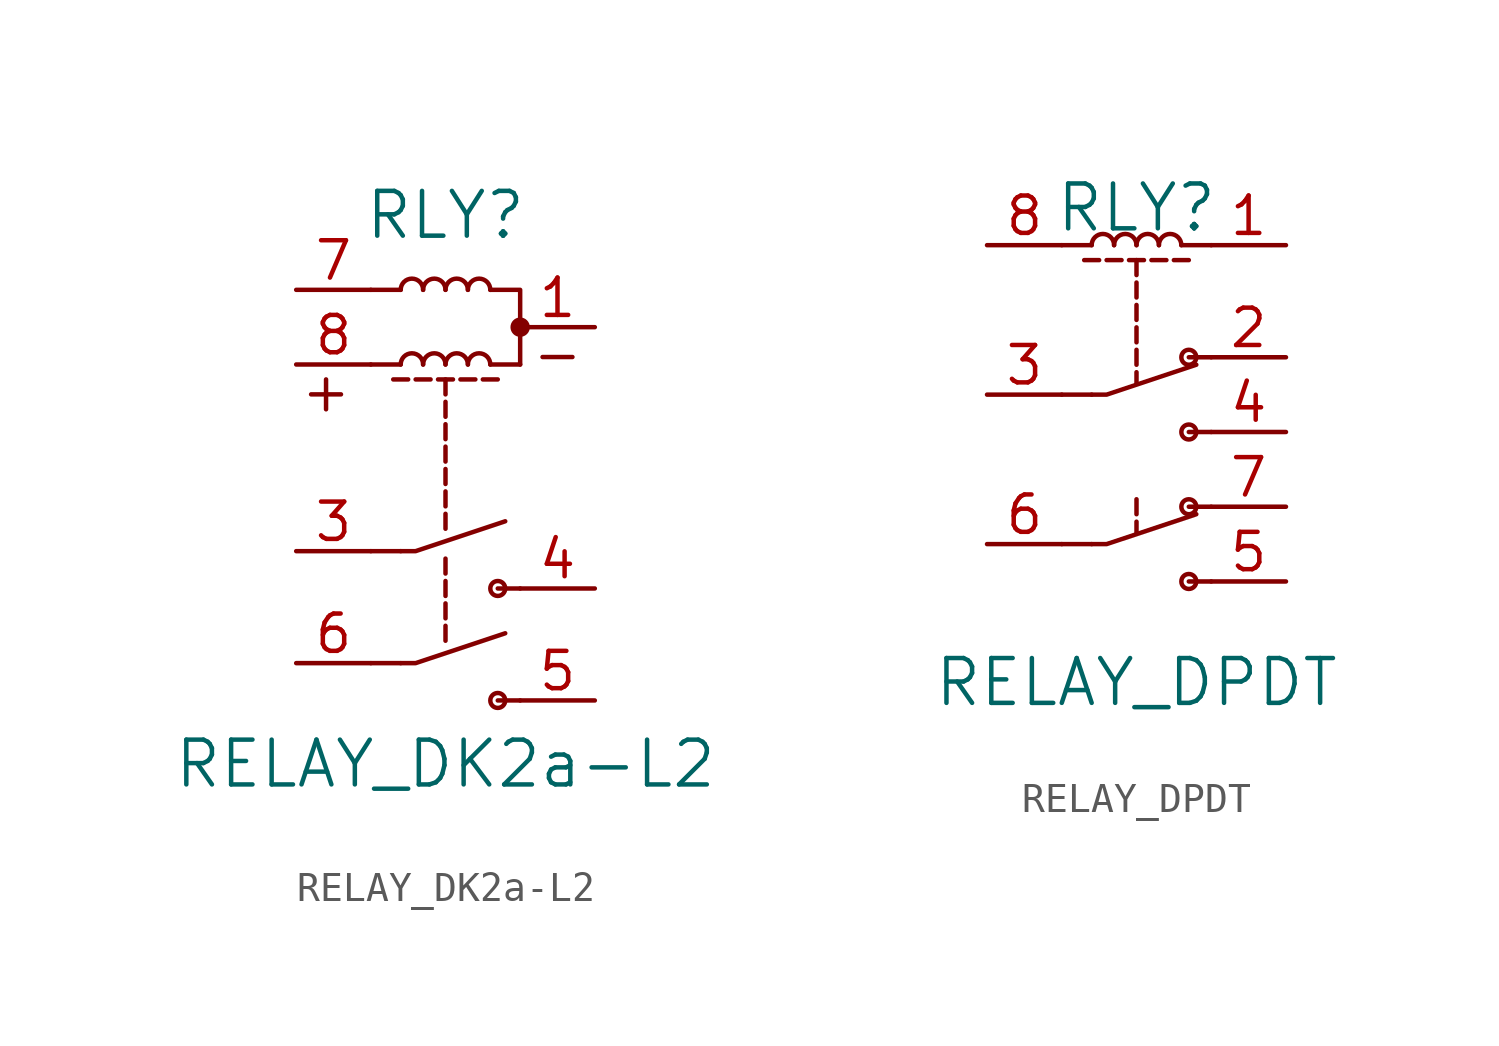
<source format=kicad_sym>
(kicad_symbol_lib
  (version 20220914)
  (generator kicad_symbol_editor)
  (symbol "RELAY_DK2a-L2"
    (pin_names
      (offset 1.016))
    (property "Reference" "RLY"
      (at 0 8.89 0)
      (effects (font (size 1.524 1.524))))
    (property "Value" "RELAY_DK2a-L2"
      (at 0 -9.779 0)
      (effects (font (size 1.524 1.524))))
    (property "Footprint" ""
      (at 0 0 0)
      (effects (font (size 1.524 1.524))))
    (property "Datasheet" ""
      (at 0 0 0)
      (effects (font (size 1.524 1.524))))
    (symbol "RELAY_DK2a-L2_0_1"
      (arc (start -0.762 3.81) (mid -1.143 4.1894) (end -1.524 3.81) (stroke (width 0) (type solid)) (fill (type none)))
      (arc (start -0.762 6.35) (mid -1.143 6.7294) (end -1.524 6.35) (stroke (width 0) (type solid)) (fill (type none)))
      (polyline (pts (xy -4.572 2.794) (xy -3.556 2.794)) (stroke (width 0) (type solid)) (fill (type none)))
      (polyline (pts (xy -4.064 3.302) (xy -4.064 2.286)) (stroke (width 0) (type solid)) (fill (type none)))
      (polyline (pts (xy -2.54 6.35) (xy -1.524 6.35)) (stroke (width 0) (type solid)) (fill (type none)))
      (polyline (pts (xy 3.302 4.064) (xy 4.318 4.064)) (stroke (width 0) (type solid)) (fill (type none)))
      (polyline (pts (xy -1.778 3.302) (xy -1.27 3.302) (xy -1.27 3.302)) (stroke (width 0) (type solid)) (fill (type none)))
      (polyline (pts (xy -1.524 -6.35) (xy -2.54 -6.35) (xy -2.54 -6.35)) (stroke (width 0) (type solid)) (fill (type none)))
      (polyline (pts (xy -1.524 -2.54) (xy -2.54 -2.54) (xy -2.54 -2.54)) (stroke (width 0) (type solid)) (fill (type none)))
      (polyline (pts (xy -1.524 3.81) (xy -2.54 3.81) (xy -2.54 3.81)) (stroke (width 0) (type solid)) (fill (type none)))
      (polyline (pts (xy -1.016 3.302) (xy -0.508 3.302) (xy -0.508 3.302)) (stroke (width 0) (type solid)) (fill (type none)))
      (polyline (pts (xy -0.254 3.302) (xy 0.254 3.302) (xy 0.254 3.302)) (stroke (width 0) (type solid)) (fill (type none)))
      (polyline (pts (xy 0 -5.08) (xy 0 -5.588) (xy 0 -5.588)) (stroke (width 0) (type solid)) (fill (type none)))
      (polyline (pts (xy 0 -4.318) (xy 0 -4.826) (xy 0 -4.826)) (stroke (width 0) (type solid)) (fill (type none)))
      (polyline (pts (xy 0 -3.556) (xy 0 -4.064) (xy 0 -4.064)) (stroke (width 0) (type solid)) (fill (type none)))
      (polyline (pts (xy 0 -2.794) (xy 0 -3.302) (xy 0 -3.302)) (stroke (width 0) (type solid)) (fill (type none)))
      (polyline (pts (xy 0 -1.27) (xy 0 -1.778) (xy 0 -1.778)) (stroke (width 0) (type solid)) (fill (type none)))
      (polyline (pts (xy 0 -0.508) (xy 0 -1.016) (xy 0 -1.016)) (stroke (width 0) (type solid)) (fill (type none)))
      (polyline (pts (xy 0 0.254) (xy 0 -0.254) (xy 0 -0.254)) (stroke (width 0) (type solid)) (fill (type none)))
      (polyline (pts (xy 0 1.016) (xy 0 0.508) (xy 0 0.508)) (stroke (width 0) (type solid)) (fill (type none)))
      (polyline (pts (xy 0 1.778) (xy 0 1.27) (xy 0 1.27)) (stroke (width 0) (type solid)) (fill (type none)))
      (polyline (pts (xy 0 2.54) (xy 0 2.032) (xy 0 2.032)) (stroke (width 0) (type solid)) (fill (type none)))
      (polyline (pts (xy 0 3.302) (xy 0 2.794) (xy 0 2.794)) (stroke (width 0) (type solid)) (fill (type none)))
      (polyline (pts (xy 0.508 3.302) (xy 1.016 3.302) (xy 1.016 3.302)) (stroke (width 0) (type solid)) (fill (type none)))
      (polyline (pts (xy 1.27 3.302) (xy 1.778 3.302) (xy 1.778 3.302)) (stroke (width 0) (type solid)) (fill (type none)))
      (polyline (pts (xy 1.524 3.81) (xy 2.54 3.81) (xy 2.54 3.81)) (stroke (width 0) (type solid)) (fill (type none)))
      (polyline (pts (xy 2.54 -7.62) (xy 1.778 -7.62) (xy 1.778 -7.62)) (stroke (width 0) (type solid)) (fill (type none)))
      (polyline (pts (xy 2.54 -3.81) (xy 1.778 -3.81) (xy 1.778 -3.81)) (stroke (width 0) (type solid)) (fill (type none)))
      (polyline (pts (xy 2.54 3.81) (xy 2.54 6.35) (xy 1.524 6.35)) (stroke (width 0) (type solid)) (fill (type none)))
      (polyline (pts (xy -1.524 -6.35) (xy -1.016 -6.35) (xy 2.032 -5.334) (xy 2.032 -5.334)) (stroke (width 0) (type solid)) (fill (type none)))
      (polyline (pts (xy -1.524 -2.54) (xy -1.016 -2.54) (xy 2.032 -1.524) (xy 2.032 -1.524)) (stroke (width 0) (type solid)) (fill (type none)))
      (arc (start 0 3.81) (mid -0.381 4.1894) (end -0.762 3.81) (stroke (width 0) (type solid)) (fill (type none)))
      (arc (start 0 6.35) (mid -0.381 6.7294) (end -0.762 6.35) (stroke (width 0) (type solid)) (fill (type none)))
      (arc (start 0.762 3.81) (mid 0.381 4.1894) (end 0 3.81) (stroke (width 0) (type solid)) (fill (type none)))
      (arc (start 0.762 6.35) (mid 0.381 6.7294) (end 0 6.35) (stroke (width 0) (type solid)) (fill (type none)))
      (arc (start 1.524 3.81) (mid 1.143 4.1894) (end 0.762 3.81) (stroke (width 0) (type solid)) (fill (type none)))
      (arc (start 1.524 6.35) (mid 1.143 6.7294) (end 0.762 6.35) (stroke (width 0) (type solid)) (fill (type none)))
      (circle (center 1.778 -7.62) (radius 0.254) (stroke (width 0) (type solid)) (fill (type none)))
      (circle (center 1.778 -3.81) (radius 0.254) (stroke (width 0) (type solid)) (fill (type none)))
      (circle (center 2.54 5.08) (radius 0.254) (stroke (width 0) (type solid)) (fill (type outline))))
    (symbol "RELAY_DK2a-L2_1_1"
      (pin passive line (at 5.08 5.08 180) (length 2.54) (name "~" (effects (font (size 1.27 1.27)))) (number "1" (effects (font (size 1.27 1.27)))))
      (pin passive line (at -5.08 -2.54 0) (length 2.54) (name "~" (effects (font (size 1.27 1.27)))) (number "3" (effects (font (size 1.27 1.27)))))
      (pin passive line (at 5.08 -3.81 180) (length 2.54) (name "~" (effects (font (size 1.27 1.27)))) (number "4" (effects (font (size 1.27 1.27)))))
      (pin passive line (at 5.08 -7.62 180) (length 2.54) (name "~" (effects (font (size 1.27 1.27)))) (number "5" (effects (font (size 1.27 1.27)))))
      (pin passive line (at -5.08 -6.35 0) (length 2.54) (name "~" (effects (font (size 1.27 1.27)))) (number "6" (effects (font (size 1.27 1.27)))))
      (pin passive line (at -5.08 6.35 0) (length 2.54) (name "~" (effects (font (size 1.27 1.27)))) (number "7" (effects (font (size 1.27 1.27)))))
      (pin passive line (at -5.08 3.81 0) (length 2.54) (name "~" (effects (font (size 1.27 1.27)))) (number "8" (effects (font (size 1.27 1.27)))))))
  (symbol "RELAY_DPDT"
    (pin_names
      (offset 1.016))
    (property "Reference" "RLY"
      (at 0 6.35 0)
      (effects (font (size 1.524 1.524))))
    (property "Value" "RELAY_DPDT"
      (at 0 -9.779 0)
      (effects (font (size 1.524 1.524))))
    (property "Footprint" ""
      (at 0 0 0)
      (effects (font (size 1.524 1.524))))
    (property "Datasheet" ""
      (at 0 0 0)
      (effects (font (size 1.524 1.524))))
    (symbol "RELAY_DPDT_0_1"
      (arc (start -0.762 5.08) (mid -1.143 5.4594) (end -1.524 5.08) (stroke (width 0) (type solid)) (fill (type none)))
      (polyline (pts (xy -1.778 4.572) (xy -1.27 4.572) (xy -1.27 4.572)) (stroke (width 0) (type solid)) (fill (type none)))
      (polyline (pts (xy -1.524 -5.08) (xy -2.54 -5.08) (xy -2.54 -5.08)) (stroke (width 0) (type solid)) (fill (type none)))
      (polyline (pts (xy -1.524 0) (xy -2.54 0) (xy -2.54 0)) (stroke (width 0) (type solid)) (fill (type none)))
      (polyline (pts (xy -1.524 5.08) (xy -2.54 5.08) (xy -2.54 5.08)) (stroke (width 0) (type solid)) (fill (type none)))
      (polyline (pts (xy -1.016 4.572) (xy -0.508 4.572) (xy -0.508 4.572)) (stroke (width 0) (type solid)) (fill (type none)))
      (polyline (pts (xy -0.254 4.572) (xy 0.254 4.572) (xy 0.254 4.572)) (stroke (width 0) (type solid)) (fill (type none)))
      (polyline (pts (xy 0 -4.318) (xy 0 -4.699) (xy 0 -4.699)) (stroke (width 0) (type solid)) (fill (type none)))
      (polyline (pts (xy 0 -3.556) (xy 0 -4.064) (xy 0 -4.064)) (stroke (width 0) (type solid)) (fill (type none)))
      (polyline (pts (xy 0 0.762) (xy 0 0.381) (xy 0 0.381)) (stroke (width 0) (type solid)) (fill (type none)))
      (polyline (pts (xy 0 1.524) (xy 0 1.016) (xy 0 1.016)) (stroke (width 0) (type solid)) (fill (type none)))
      (polyline (pts (xy 0 2.286) (xy 0 1.778) (xy 0 1.778)) (stroke (width 0) (type solid)) (fill (type none)))
      (polyline (pts (xy 0 3.048) (xy 0 2.54) (xy 0 2.54)) (stroke (width 0) (type solid)) (fill (type none)))
      (polyline (pts (xy 0 3.81) (xy 0 3.302) (xy 0 3.302)) (stroke (width 0) (type solid)) (fill (type none)))
      (polyline (pts (xy 0 4.572) (xy 0 4.064) (xy 0 4.064)) (stroke (width 0) (type solid)) (fill (type none)))
      (polyline (pts (xy 0.508 4.572) (xy 1.016 4.572) (xy 1.016 4.572)) (stroke (width 0) (type solid)) (fill (type none)))
      (polyline (pts (xy 1.27 4.572) (xy 1.778 4.572) (xy 1.778 4.572)) (stroke (width 0) (type solid)) (fill (type none)))
      (polyline (pts (xy 1.524 5.08) (xy 2.54 5.08) (xy 2.54 5.08)) (stroke (width 0) (type solid)) (fill (type none)))
      (polyline (pts (xy 2.54 -6.35) (xy 1.778 -6.35) (xy 1.778 -6.35)) (stroke (width 0) (type solid)) (fill (type none)))
      (polyline (pts (xy 2.54 -3.81) (xy 1.778 -3.81) (xy 1.778 -3.81)) (stroke (width 0) (type solid)) (fill (type none)))
      (polyline (pts (xy 2.54 -1.27) (xy 1.778 -1.27) (xy 1.778 -1.27)) (stroke (width 0) (type solid)) (fill (type none)))
      (polyline (pts (xy 2.54 1.27) (xy 1.778 1.27) (xy 1.778 1.27)) (stroke (width 0) (type solid)) (fill (type none)))
      (polyline (pts (xy -1.524 -5.08) (xy -1.016 -5.08) (xy 2.032 -4.064) (xy 2.032 -4.064)) (stroke (width 0) (type solid)) (fill (type none)))
      (polyline (pts (xy -1.524 0) (xy -1.016 0) (xy 2.032 1.016) (xy 2.032 1.016)) (stroke (width 0) (type solid)) (fill (type none)))
      (arc (start 0 5.08) (mid -0.381 5.4594) (end -0.762 5.08) (stroke (width 0) (type solid)) (fill (type none)))
      (arc (start 0.762 5.08) (mid 0.381 5.4594) (end 0 5.08) (stroke (width 0) (type solid)) (fill (type none)))
      (arc (start 1.524 5.08) (mid 1.143 5.4594) (end 0.762 5.08) (stroke (width 0) (type solid)) (fill (type none)))
      (circle (center 1.778 -6.35) (radius 0.254) (stroke (width 0) (type solid)) (fill (type none)))
      (circle (center 1.778 -3.81) (radius 0.254) (stroke (width 0) (type solid)) (fill (type none)))
      (circle (center 1.778 -1.27) (radius 0.254) (stroke (width 0) (type solid)) (fill (type none)))
      (circle (center 1.778 1.27) (radius 0.254) (stroke (width 0) (type solid)) (fill (type none))))
    (symbol "RELAY_DPDT_1_1"
      (pin passive line (at 5.08 5.08 180) (length 2.54) (name "~" (effects (font (size 1.27 1.27)))) (number "1" (effects (font (size 1.27 1.27)))))
      (pin passive line (at 5.08 1.27 180) (length 2.54) (name "~" (effects (font (size 1.27 1.27)))) (number "2" (effects (font (size 1.27 1.27)))))
      (pin passive line (at -5.08 0 0) (length 2.54) (name "~" (effects (font (size 1.27 1.27)))) (number "3" (effects (font (size 1.27 1.27)))))
      (pin passive line (at 5.08 -1.27 180) (length 2.54) (name "~" (effects (font (size 1.27 1.27)))) (number "4" (effects (font (size 1.27 1.27)))))
      (pin passive line (at 5.08 -6.35 180) (length 2.54) (name "~" (effects (font (size 1.27 1.27)))) (number "5" (effects (font (size 1.27 1.27)))))
      (pin passive line (at -5.08 -5.08 0) (length 2.54) (name "~" (effects (font (size 1.27 1.27)))) (number "6" (effects (font (size 1.27 1.27)))))
      (pin passive line (at 5.08 -3.81 180) (length 2.54) (name "~" (effects (font (size 1.27 1.27)))) (number "7" (effects (font (size 1.27 1.27)))))
      (pin passive line (at -5.08 5.08 0) (length 2.54) (name "~" (effects (font (size 1.27 1.27)))) (number "8" (effects (font (size 1.27 1.27))))))))
</source>
